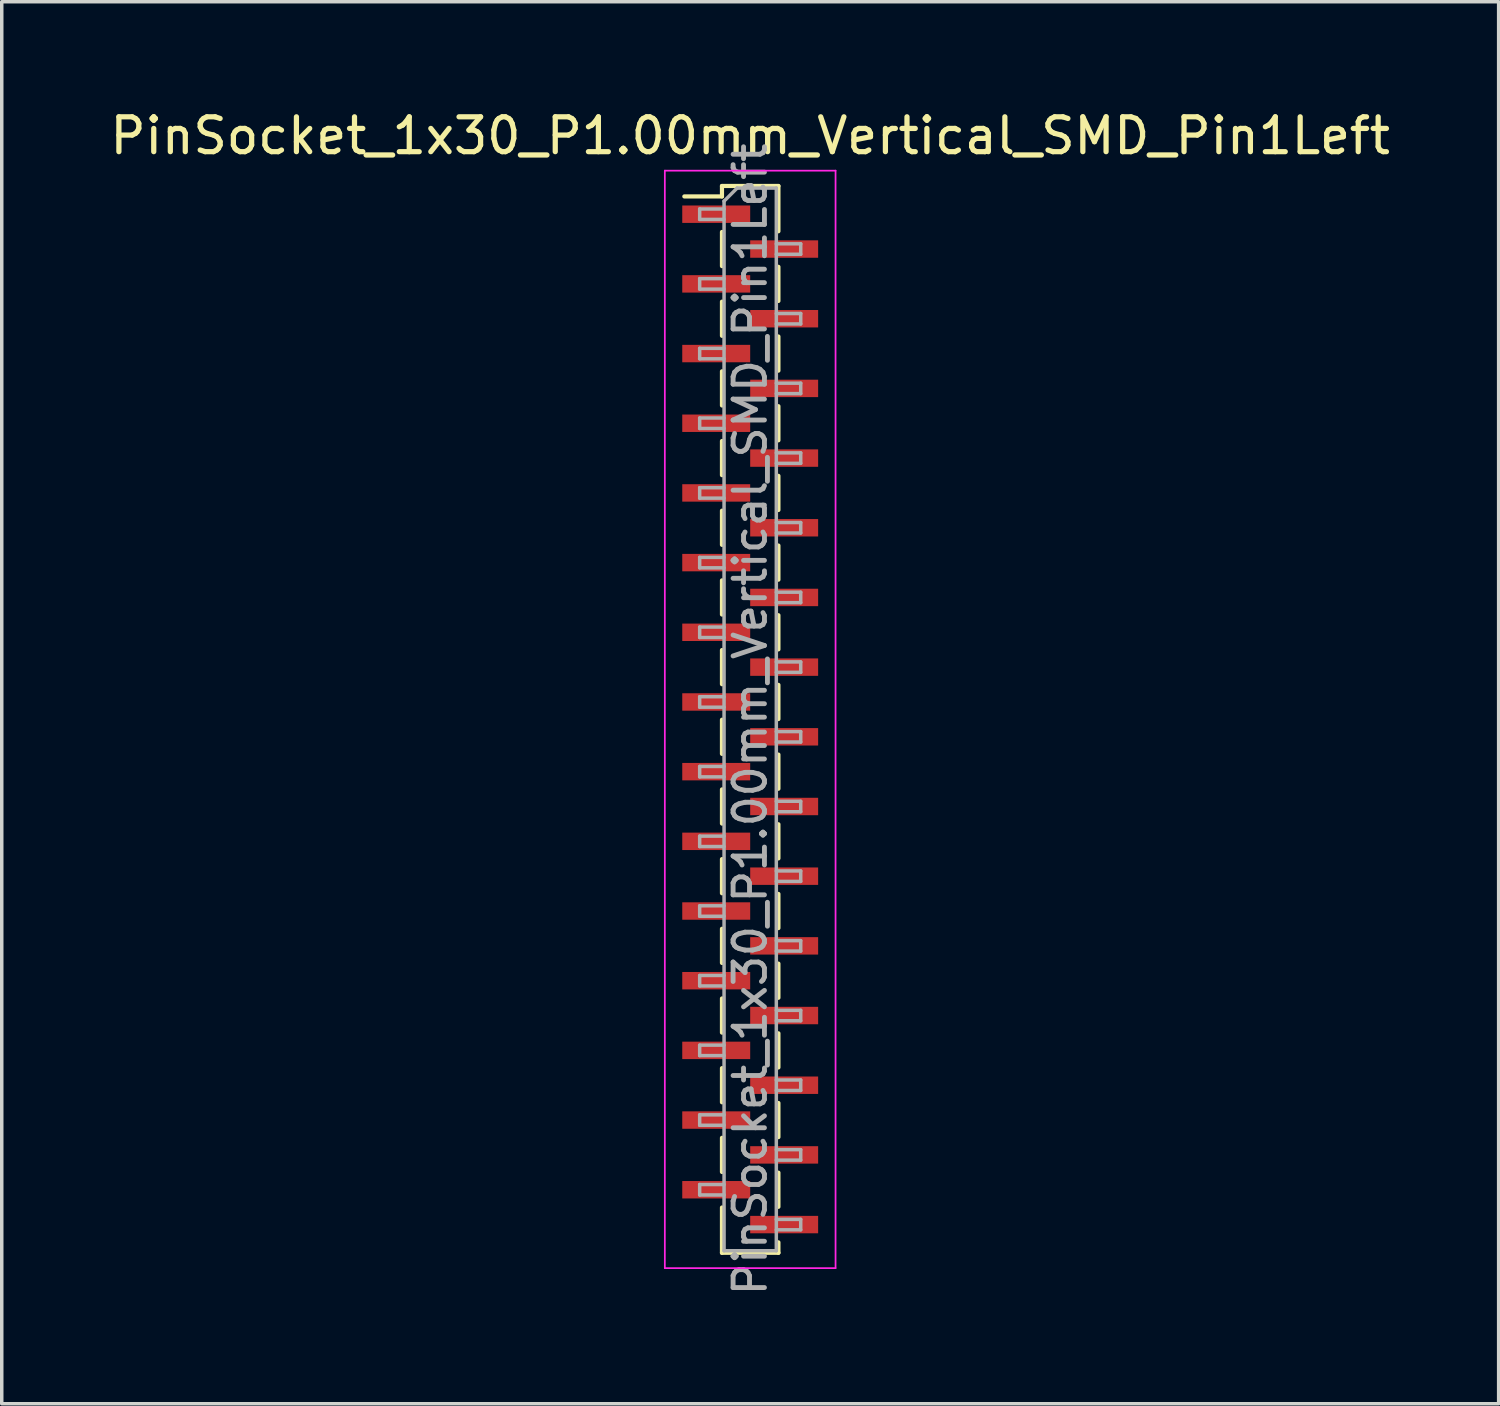
<source format=kicad_pcb>
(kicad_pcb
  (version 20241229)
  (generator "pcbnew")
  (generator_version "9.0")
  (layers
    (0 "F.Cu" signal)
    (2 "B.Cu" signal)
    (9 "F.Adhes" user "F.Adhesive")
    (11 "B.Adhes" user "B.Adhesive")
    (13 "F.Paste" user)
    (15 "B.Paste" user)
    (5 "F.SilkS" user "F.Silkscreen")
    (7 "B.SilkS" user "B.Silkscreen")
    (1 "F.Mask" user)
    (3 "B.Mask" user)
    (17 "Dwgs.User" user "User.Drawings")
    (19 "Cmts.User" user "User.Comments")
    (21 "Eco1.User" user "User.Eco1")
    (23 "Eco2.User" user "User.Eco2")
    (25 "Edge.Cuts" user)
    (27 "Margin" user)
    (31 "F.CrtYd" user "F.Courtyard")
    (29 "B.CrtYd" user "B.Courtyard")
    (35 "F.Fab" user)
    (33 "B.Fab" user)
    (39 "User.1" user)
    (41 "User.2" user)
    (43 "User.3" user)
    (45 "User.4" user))
  (footprint "PinSocket_1x30_P1.00mm_Vertical_SMD_Pin1Left"
    (layer "F.Cu")
    (at 18.482 17.598)
    (property "Reference" "PinSocket_1x30_P1.00mm_Vertical_SMD_Pin1Left" (at 0 -16.75 0) (layer "F.SilkS") (effects (font (size 1 1) (thickness 0.15))))
    (attr smd)
    (fp_line (start -1.89 -15.01) (end -0.81 -15.01) (stroke (width 0.12) (type solid)) (layer "F.SilkS"))
    (fp_line (start -0.81 -15.31) (end -0.81 -15.01) (stroke (width 0.12) (type solid)) (layer "F.SilkS"))
    (fp_line (start -0.81 -15.31) (end 0.81 -15.31) (stroke (width 0.12) (type solid)) (layer "F.SilkS"))
    (fp_line (start -0.81 -13.99) (end -0.81 -13.01) (stroke (width 0.12) (type solid)) (layer "F.SilkS"))
    (fp_line (start -0.81 -11.99) (end -0.81 -11.01) (stroke (width 0.12) (type solid)) (layer "F.SilkS"))
    (fp_line (start -0.81 -9.99) (end -0.81 -9.01) (stroke (width 0.12) (type solid)) (layer "F.SilkS"))
    (fp_line (start -0.81 -7.99) (end -0.81 -7.01) (stroke (width 0.12) (type solid)) (layer "F.SilkS"))
    (fp_line (start -0.81 -5.99) (end -0.81 -5.01) (stroke (width 0.12) (type solid)) (layer "F.SilkS"))
    (fp_line (start -0.81 -3.99) (end -0.81 -3.01) (stroke (width 0.12) (type solid)) (layer "F.SilkS"))
    (fp_line (start -0.81 -1.99) (end -0.81 -1.01) (stroke (width 0.12) (type solid)) (layer "F.SilkS"))
    (fp_line (start -0.81 0.01) (end -0.81 0.99) (stroke (width 0.12) (type solid)) (layer "F.SilkS"))
    (fp_line (start -0.81 2.01) (end -0.81 2.99) (stroke (width 0.12) (type solid)) (layer "F.SilkS"))
    (fp_line (start -0.81 4.01) (end -0.81 4.99) (stroke (width 0.12) (type solid)) (layer "F.SilkS"))
    (fp_line (start -0.81 6.01) (end -0.81 6.99) (stroke (width 0.12) (type solid)) (layer "F.SilkS"))
    (fp_line (start -0.81 8.01) (end -0.81 8.99) (stroke (width 0.12) (type solid)) (layer "F.SilkS"))
    (fp_line (start -0.81 10.01) (end -0.81 10.99) (stroke (width 0.12) (type solid)) (layer "F.SilkS"))
    (fp_line (start -0.81 12.01) (end -0.81 12.99) (stroke (width 0.12) (type solid)) (layer "F.SilkS"))
    (fp_line (start -0.81 14.01) (end -0.81 15.31) (stroke (width 0.12) (type solid)) (layer "F.SilkS"))
    (fp_line (start -0.81 15.31) (end 0.81 15.31) (stroke (width 0.12) (type solid)) (layer "F.SilkS"))
    (fp_line (start 0.81 -15.31) (end 0.81 -14.01) (stroke (width 0.12) (type solid)) (layer "F.SilkS"))
    (fp_line (start 0.81 -12.99) (end 0.81 -12.01) (stroke (width 0.12) (type solid)) (layer "F.SilkS"))
    (fp_line (start 0.81 -10.99) (end 0.81 -10.01) (stroke (width 0.12) (type solid)) (layer "F.SilkS"))
    (fp_line (start 0.81 -8.99) (end 0.81 -8.01) (stroke (width 0.12) (type solid)) (layer "F.SilkS"))
    (fp_line (start 0.81 -6.99) (end 0.81 -6.01) (stroke (width 0.12) (type solid)) (layer "F.SilkS"))
    (fp_line (start 0.81 -4.99) (end 0.81 -4.01) (stroke (width 0.12) (type solid)) (layer "F.SilkS"))
    (fp_line (start 0.81 -2.99) (end 0.81 -2.01) (stroke (width 0.12) (type solid)) (layer "F.SilkS"))
    (fp_line (start 0.81 -0.99) (end 0.81 -0.01) (stroke (width 0.12) (type solid)) (layer "F.SilkS"))
    (fp_line (start 0.81 1.01) (end 0.81 1.99) (stroke (width 0.12) (type solid)) (layer "F.SilkS"))
    (fp_line (start 0.81 3.01) (end 0.81 3.99) (stroke (width 0.12) (type solid)) (layer "F.SilkS"))
    (fp_line (start 0.81 5.01) (end 0.81 5.99) (stroke (width 0.12) (type solid)) (layer "F.SilkS"))
    (fp_line (start 0.81 7.01) (end 0.81 7.99) (stroke (width 0.12) (type solid)) (layer "F.SilkS"))
    (fp_line (start 0.81 9.01) (end 0.81 9.99) (stroke (width 0.12) (type solid)) (layer "F.SilkS"))
    (fp_line (start 0.81 11.01) (end 0.81 11.99) (stroke (width 0.12) (type solid)) (layer "F.SilkS"))
    (fp_line (start 0.81 13.01) (end 0.81 13.99) (stroke (width 0.12) (type solid)) (layer "F.SilkS"))
    (fp_line (start 0.81 15.01) (end 0.81 15.31) (stroke (width 0.12) (type solid)) (layer "F.SilkS"))
    (fp_line (start -2.45 -15.75) (end 2.45 -15.75) (stroke (width 0.05) (type solid)) (layer "F.CrtYd"))
    (fp_line (start -2.45 15.75) (end -2.45 -15.75) (stroke (width 0.05) (type solid)) (layer "F.CrtYd"))
    (fp_line (start 2.45 -15.75) (end 2.45 15.75) (stroke (width 0.05) (type solid)) (layer "F.CrtYd"))
    (fp_line (start 2.45 15.75) (end -2.45 15.75) (stroke (width 0.05) (type solid)) (layer "F.CrtYd"))
    (fp_line (start -1.45 -14.65) (end -0.75 -14.65) (stroke (width 0.1) (type solid)) (layer "F.Fab"))
    (fp_line (start -1.45 -14.35) (end -1.45 -14.65) (stroke (width 0.1) (type solid)) (layer "F.Fab"))
    (fp_line (start -1.45 -12.65) (end -0.75 -12.65) (stroke (width 0.1) (type solid)) (layer "F.Fab"))
    (fp_line (start -1.45 -12.35) (end -1.45 -12.65) (stroke (width 0.1) (type solid)) (layer "F.Fab"))
    (fp_line (start -1.45 -10.65) (end -0.75 -10.65) (stroke (width 0.1) (type solid)) (layer "F.Fab"))
    (fp_line (start -1.45 -10.35) (end -1.45 -10.65) (stroke (width 0.1) (type solid)) (layer "F.Fab"))
    (fp_line (start -1.45 -8.65) (end -0.75 -8.65) (stroke (width 0.1) (type solid)) (layer "F.Fab"))
    (fp_line (start -1.45 -8.35) (end -1.45 -8.65) (stroke (width 0.1) (type solid)) (layer "F.Fab"))
    (fp_line (start -1.45 -6.65) (end -0.75 -6.65) (stroke (width 0.1) (type solid)) (layer "F.Fab"))
    (fp_line (start -1.45 -6.35) (end -1.45 -6.65) (stroke (width 0.1) (type solid)) (layer "F.Fab"))
    (fp_line (start -1.45 -4.65) (end -0.75 -4.65) (stroke (width 0.1) (type solid)) (layer "F.Fab"))
    (fp_line (start -1.45 -4.35) (end -1.45 -4.65) (stroke (width 0.1) (type solid)) (layer "F.Fab"))
    (fp_line (start -1.45 -2.65) (end -0.75 -2.65) (stroke (width 0.1) (type solid)) (layer "F.Fab"))
    (fp_line (start -1.45 -2.35) (end -1.45 -2.65) (stroke (width 0.1) (type solid)) (layer "F.Fab"))
    (fp_line (start -1.45 -0.65) (end -0.75 -0.65) (stroke (width 0.1) (type solid)) (layer "F.Fab"))
    (fp_line (start -1.45 -0.35) (end -1.45 -0.65) (stroke (width 0.1) (type solid)) (layer "F.Fab"))
    (fp_line (start -1.45 1.35) (end -0.75 1.35) (stroke (width 0.1) (type solid)) (layer "F.Fab"))
    (fp_line (start -1.45 1.65) (end -1.45 1.35) (stroke (width 0.1) (type solid)) (layer "F.Fab"))
    (fp_line (start -1.45 3.35) (end -0.75 3.35) (stroke (width 0.1) (type solid)) (layer "F.Fab"))
    (fp_line (start -1.45 3.65) (end -1.45 3.35) (stroke (width 0.1) (type solid)) (layer "F.Fab"))
    (fp_line (start -1.45 5.35) (end -0.75 5.35) (stroke (width 0.1) (type solid)) (layer "F.Fab"))
    (fp_line (start -1.45 5.65) (end -1.45 5.35) (stroke (width 0.1) (type solid)) (layer "F.Fab"))
    (fp_line (start -1.45 7.35) (end -0.75 7.35) (stroke (width 0.1) (type solid)) (layer "F.Fab"))
    (fp_line (start -1.45 7.65) (end -1.45 7.35) (stroke (width 0.1) (type solid)) (layer "F.Fab"))
    (fp_line (start -1.45 9.35) (end -0.75 9.35) (stroke (width 0.1) (type solid)) (layer "F.Fab"))
    (fp_line (start -1.45 9.65) (end -1.45 9.35) (stroke (width 0.1) (type solid)) (layer "F.Fab"))
    (fp_line (start -1.45 11.35) (end -0.75 11.35) (stroke (width 0.1) (type solid)) (layer "F.Fab"))
    (fp_line (start -1.45 11.65) (end -1.45 11.35) (stroke (width 0.1) (type solid)) (layer "F.Fab"))
    (fp_line (start -1.45 13.35) (end -0.75 13.35) (stroke (width 0.1) (type solid)) (layer "F.Fab"))
    (fp_line (start -1.45 13.65) (end -1.45 13.35) (stroke (width 0.1) (type solid)) (layer "F.Fab"))
    (fp_line (start -0.75 -14.875) (end -0.375 -15.25) (stroke (width 0.1) (type solid)) (layer "F.Fab"))
    (fp_line (start -0.75 -14.35) (end -1.45 -14.35) (stroke (width 0.1) (type solid)) (layer "F.Fab"))
    (fp_line (start -0.75 -12.35) (end -1.45 -12.35) (stroke (width 0.1) (type solid)) (layer "F.Fab"))
    (fp_line (start -0.75 -10.35) (end -1.45 -10.35) (stroke (width 0.1) (type solid)) (layer "F.Fab"))
    (fp_line (start -0.75 -8.35) (end -1.45 -8.35) (stroke (width 0.1) (type solid)) (layer "F.Fab"))
    (fp_line (start -0.75 -6.35) (end -1.45 -6.35) (stroke (width 0.1) (type solid)) (layer "F.Fab"))
    (fp_line (start -0.75 -4.35) (end -1.45 -4.35) (stroke (width 0.1) (type solid)) (layer "F.Fab"))
    (fp_line (start -0.75 -2.35) (end -1.45 -2.35) (stroke (width 0.1) (type solid)) (layer "F.Fab"))
    (fp_line (start -0.75 -0.35) (end -1.45 -0.35) (stroke (width 0.1) (type solid)) (layer "F.Fab"))
    (fp_line (start -0.75 1.65) (end -1.45 1.65) (stroke (width 0.1) (type solid)) (layer "F.Fab"))
    (fp_line (start -0.75 3.65) (end -1.45 3.65) (stroke (width 0.1) (type solid)) (layer "F.Fab"))
    (fp_line (start -0.75 5.65) (end -1.45 5.65) (stroke (width 0.1) (type solid)) (layer "F.Fab"))
    (fp_line (start -0.75 7.65) (end -1.45 7.65) (stroke (width 0.1) (type solid)) (layer "F.Fab"))
    (fp_line (start -0.75 9.65) (end -1.45 9.65) (stroke (width 0.1) (type solid)) (layer "F.Fab"))
    (fp_line (start -0.75 11.65) (end -1.45 11.65) (stroke (width 0.1) (type solid)) (layer "F.Fab"))
    (fp_line (start -0.75 13.65) (end -1.45 13.65) (stroke (width 0.1) (type solid)) (layer "F.Fab"))
    (fp_line (start -0.75 15.25) (end -0.75 -14.875) (stroke (width 0.1) (type solid)) (layer "F.Fab"))
    (fp_line (start -0.375 -15.25) (end 0.75 -15.25) (stroke (width 0.1) (type solid)) (layer "F.Fab"))
    (fp_line (start 0.75 -15.25) (end 0.75 15.25) (stroke (width 0.1) (type solid)) (layer "F.Fab"))
    (fp_line (start 0.75 -13.65) (end 1.45 -13.65) (stroke (width 0.1) (type solid)) (layer "F.Fab"))
    (fp_line (start 0.75 -11.65) (end 1.45 -11.65) (stroke (width 0.1) (type solid)) (layer "F.Fab"))
    (fp_line (start 0.75 -9.65) (end 1.45 -9.65) (stroke (width 0.1) (type solid)) (layer "F.Fab"))
    (fp_line (start 0.75 -7.65) (end 1.45 -7.65) (stroke (width 0.1) (type solid)) (layer "F.Fab"))
    (fp_line (start 0.75 -5.65) (end 1.45 -5.65) (stroke (width 0.1) (type solid)) (layer "F.Fab"))
    (fp_line (start 0.75 -3.65) (end 1.45 -3.65) (stroke (width 0.1) (type solid)) (layer "F.Fab"))
    (fp_line (start 0.75 -1.65) (end 1.45 -1.65) (stroke (width 0.1) (type solid)) (layer "F.Fab"))
    (fp_line (start 0.75 0.35) (end 1.45 0.35) (stroke (width 0.1) (type solid)) (layer "F.Fab"))
    (fp_line (start 0.75 2.35) (end 1.45 2.35) (stroke (width 0.1) (type solid)) (layer "F.Fab"))
    (fp_line (start 0.75 4.35) (end 1.45 4.35) (stroke (width 0.1) (type solid)) (layer "F.Fab"))
    (fp_line (start 0.75 6.35) (end 1.45 6.35) (stroke (width 0.1) (type solid)) (layer "F.Fab"))
    (fp_line (start 0.75 8.35) (end 1.45 8.35) (stroke (width 0.1) (type solid)) (layer "F.Fab"))
    (fp_line (start 0.75 10.35) (end 1.45 10.35) (stroke (width 0.1) (type solid)) (layer "F.Fab"))
    (fp_line (start 0.75 12.35) (end 1.45 12.35) (stroke (width 0.1) (type solid)) (layer "F.Fab"))
    (fp_line (start 0.75 14.35) (end 1.45 14.35) (stroke (width 0.1) (type solid)) (layer "F.Fab"))
    (fp_line (start 0.75 15.25) (end -0.75 15.25) (stroke (width 0.1) (type solid)) (layer "F.Fab"))
    (fp_line (start 1.45 -13.65) (end 1.45 -13.35) (stroke (width 0.1) (type solid)) (layer "F.Fab"))
    (fp_line (start 1.45 -13.35) (end 0.75 -13.35) (stroke (width 0.1) (type solid)) (layer "F.Fab"))
    (fp_line (start 1.45 -11.65) (end 1.45 -11.35) (stroke (width 0.1) (type solid)) (layer "F.Fab"))
    (fp_line (start 1.45 -11.35) (end 0.75 -11.35) (stroke (width 0.1) (type solid)) (layer "F.Fab"))
    (fp_line (start 1.45 -9.65) (end 1.45 -9.35) (stroke (width 0.1) (type solid)) (layer "F.Fab"))
    (fp_line (start 1.45 -9.35) (end 0.75 -9.35) (stroke (width 0.1) (type solid)) (layer "F.Fab"))
    (fp_line (start 1.45 -7.65) (end 1.45 -7.35) (stroke (width 0.1) (type solid)) (layer "F.Fab"))
    (fp_line (start 1.45 -7.35) (end 0.75 -7.35) (stroke (width 0.1) (type solid)) (layer "F.Fab"))
    (fp_line (start 1.45 -5.65) (end 1.45 -5.35) (stroke (width 0.1) (type solid)) (layer "F.Fab"))
    (fp_line (start 1.45 -5.35) (end 0.75 -5.35) (stroke (width 0.1) (type solid)) (layer "F.Fab"))
    (fp_line (start 1.45 -3.65) (end 1.45 -3.35) (stroke (width 0.1) (type solid)) (layer "F.Fab"))
    (fp_line (start 1.45 -3.35) (end 0.75 -3.35) (stroke (width 0.1) (type solid)) (layer "F.Fab"))
    (fp_line (start 1.45 -1.65) (end 1.45 -1.35) (stroke (width 0.1) (type solid)) (layer "F.Fab"))
    (fp_line (start 1.45 -1.35) (end 0.75 -1.35) (stroke (width 0.1) (type solid)) (layer "F.Fab"))
    (fp_line (start 1.45 0.35) (end 1.45 0.65) (stroke (width 0.1) (type solid)) (layer "F.Fab"))
    (fp_line (start 1.45 0.65) (end 0.75 0.65) (stroke (width 0.1) (type solid)) (layer "F.Fab"))
    (fp_line (start 1.45 2.35) (end 1.45 2.65) (stroke (width 0.1) (type solid)) (layer "F.Fab"))
    (fp_line (start 1.45 2.65) (end 0.75 2.65) (stroke (width 0.1) (type solid)) (layer "F.Fab"))
    (fp_line (start 1.45 4.35) (end 1.45 4.65) (stroke (width 0.1) (type solid)) (layer "F.Fab"))
    (fp_line (start 1.45 4.65) (end 0.75 4.65) (stroke (width 0.1) (type solid)) (layer "F.Fab"))
    (fp_line (start 1.45 6.35) (end 1.45 6.65) (stroke (width 0.1) (type solid)) (layer "F.Fab"))
    (fp_line (start 1.45 6.65) (end 0.75 6.65) (stroke (width 0.1) (type solid)) (layer "F.Fab"))
    (fp_line (start 1.45 8.35) (end 1.45 8.65) (stroke (width 0.1) (type solid)) (layer "F.Fab"))
    (fp_line (start 1.45 8.65) (end 0.75 8.65) (stroke (width 0.1) (type solid)) (layer "F.Fab"))
    (fp_line (start 1.45 10.35) (end 1.45 10.65) (stroke (width 0.1) (type solid)) (layer "F.Fab"))
    (fp_line (start 1.45 10.65) (end 0.75 10.65) (stroke (width 0.1) (type solid)) (layer "F.Fab"))
    (fp_line (start 1.45 12.35) (end 1.45 12.65) (stroke (width 0.1) (type solid)) (layer "F.Fab"))
    (fp_line (start 1.45 12.65) (end 0.75 12.65) (stroke (width 0.1) (type solid)) (layer "F.Fab"))
    (fp_line (start 1.45 14.35) (end 1.45 14.65) (stroke (width 0.1) (type solid)) (layer "F.Fab"))
    (fp_line (start 1.45 14.65) (end 0.75 14.65) (stroke (width 0.1) (type solid)) (layer "F.Fab"))
    (fp_text user "${REFERENCE}" (at 0 0 90) (layer "F.Fab") (effects (font (size 0.9 0.9) (thickness 0.14))))
    (pad "1" smd rect (at -0.975 -14.5) (size 1.95 0.5) (layers "F.Cu" "F.Mask" "F.Paste"))
    (pad "2" smd rect (at 0.975 -13.5) (size 1.95 0.5) (layers "F.Cu" "F.Mask" "F.Paste"))
    (pad "3" smd rect (at -0.975 -12.5) (size 1.95 0.5) (layers "F.Cu" "F.Mask" "F.Paste"))
    (pad "4" smd rect (at 0.975 -11.5) (size 1.95 0.5) (layers "F.Cu" "F.Mask" "F.Paste"))
    (pad "5" smd rect (at -0.975 -10.5) (size 1.95 0.5) (layers "F.Cu" "F.Mask" "F.Paste"))
    (pad "6" smd rect (at 0.975 -9.5) (size 1.95 0.5) (layers "F.Cu" "F.Mask" "F.Paste"))
    (pad "7" smd rect (at -0.975 -8.5) (size 1.95 0.5) (layers "F.Cu" "F.Mask" "F.Paste"))
    (pad "8" smd rect (at 0.975 -7.5) (size 1.95 0.5) (layers "F.Cu" "F.Mask" "F.Paste"))
    (pad "9" smd rect (at -0.975 -6.5) (size 1.95 0.5) (layers "F.Cu" "F.Mask" "F.Paste"))
    (pad "10" smd rect (at 0.975 -5.5) (size 1.95 0.5) (layers "F.Cu" "F.Mask" "F.Paste"))
    (pad "11" smd rect (at -0.975 -4.5) (size 1.95 0.5) (layers "F.Cu" "F.Mask" "F.Paste"))
    (pad "12" smd rect (at 0.975 -3.5) (size 1.95 0.5) (layers "F.Cu" "F.Mask" "F.Paste"))
    (pad "13" smd rect (at -0.975 -2.5) (size 1.95 0.5) (layers "F.Cu" "F.Mask" "F.Paste"))
    (pad "14" smd rect (at 0.975 -1.5) (size 1.95 0.5) (layers "F.Cu" "F.Mask" "F.Paste"))
    (pad "15" smd rect (at -0.975 -0.5) (size 1.95 0.5) (layers "F.Cu" "F.Mask" "F.Paste"))
    (pad "16" smd rect (at 0.975 0.5) (size 1.95 0.5) (layers "F.Cu" "F.Mask" "F.Paste"))
    (pad "17" smd rect (at -0.975 1.5) (size 1.95 0.5) (layers "F.Cu" "F.Mask" "F.Paste"))
    (pad "18" smd rect (at 0.975 2.5) (size 1.95 0.5) (layers "F.Cu" "F.Mask" "F.Paste"))
    (pad "19" smd rect (at -0.975 3.5) (size 1.95 0.5) (layers "F.Cu" "F.Mask" "F.Paste"))
    (pad "20" smd rect (at 0.975 4.5) (size 1.95 0.5) (layers "F.Cu" "F.Mask" "F.Paste"))
    (pad "21" smd rect (at -0.975 5.5) (size 1.95 0.5) (layers "F.Cu" "F.Mask" "F.Paste"))
    (pad "22" smd rect (at 0.975 6.5) (size 1.95 0.5) (layers "F.Cu" "F.Mask" "F.Paste"))
    (pad "23" smd rect (at -0.975 7.5) (size 1.95 0.5) (layers "F.Cu" "F.Mask" "F.Paste"))
    (pad "24" smd rect (at 0.975 8.5) (size 1.95 0.5) (layers "F.Cu" "F.Mask" "F.Paste"))
    (pad "25" smd rect (at -0.975 9.5) (size 1.95 0.5) (layers "F.Cu" "F.Mask" "F.Paste"))
    (pad "26" smd rect (at 0.975 10.5) (size 1.95 0.5) (layers "F.Cu" "F.Mask" "F.Paste"))
    (pad "27" smd rect (at -0.975 11.5) (size 1.95 0.5) (layers "F.Cu" "F.Mask" "F.Paste"))
    (pad "28" smd rect (at 0.975 12.5) (size 1.95 0.5) (layers "F.Cu" "F.Mask" "F.Paste"))
    (pad "29" smd rect (at -0.975 13.5) (size 1.95 0.5) (layers "F.Cu" "F.Mask" "F.Paste"))
    (pad "30" smd rect (at 0.975 14.5) (size 1.95 0.5) (layers "F.Cu" "F.Mask" "F.Paste")))
  (gr_rect
    (start -3 -3)
    (end 39.964 37.24)
    (stroke (width 0.1) (type default))
    (fill no)
    (layer "Edge.Cuts")))
</source>
